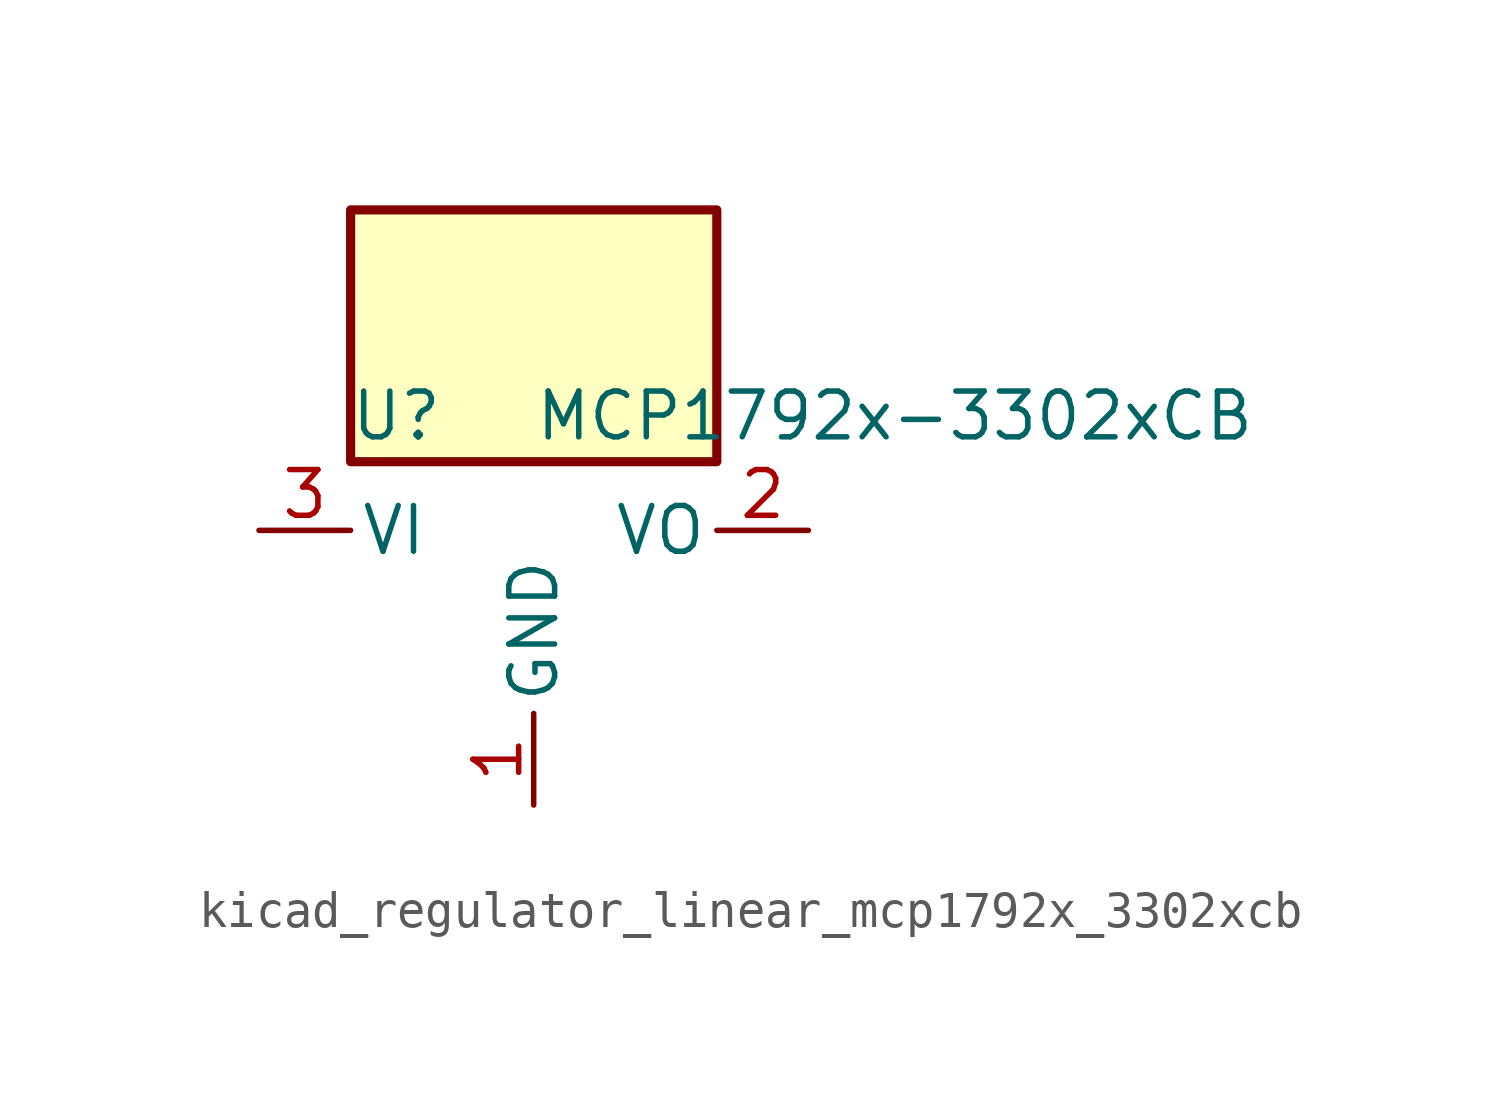
<source format=kicad_sym>
(kicad_symbol_lib
  (version 20220914)
  (generator kicad_symbol_editor)
  (symbol "kicad_regulator_linear_mcp1792x_3302xcb"
    (pin_names
      (offset 0.254))
    (property "Reference" "U"
      (at -3.81 3.175 0)
      (effects (font (size 1.27 1.27))))
    (property "Value" "MCP1792x-3302xCB"
      (at 0 3.175 0)
      (effects (font (size 1.27 1.27)) (justify left)))
    (symbol "kicad_regulator_linear_mcp1792x_3302xcb_0_1"
      (rectangle (start 5.08 8.89) (end -5.08 1.905) (stroke (width 0.254) (type default)) (fill (type background))))
    (symbol "kicad_regulator_linear_mcp1792x_3302xcb_1_1"
      (pin power_in line (at 0 -7.62 90) (length 2.54) (name "GND" (effects (font (size 1.27 1.27)))) (number "1" (effects (font (size 1.27 1.27)))))
      (pin power_out line (at 7.62 0 180) (length 2.54) (name "VO" (effects (font (size 1.27 1.27)))) (number "2" (effects (font (size 1.27 1.27)))))
      (pin power_in line (at -7.62 0 0) (length 2.54) (name "VI" (effects (font (size 1.27 1.27)))) (number "3" (effects (font (size 1.27 1.27))))))))
</source>
